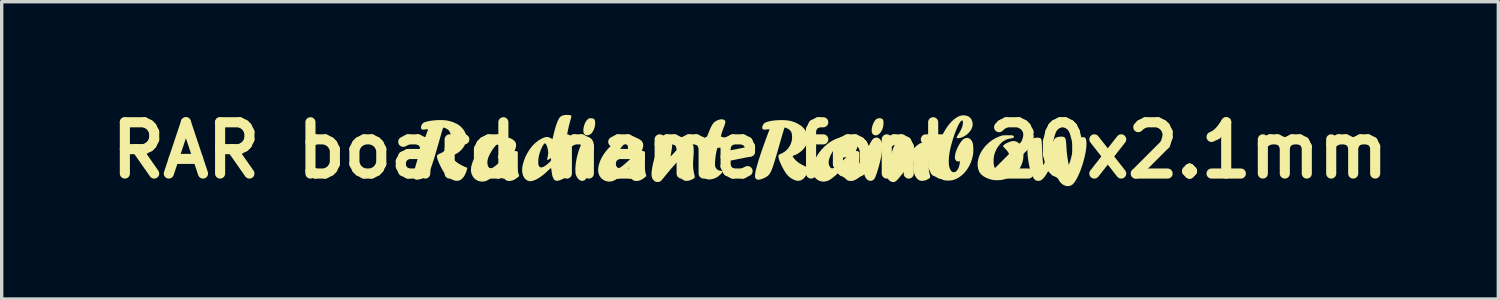
<source format=kicad_pcb>
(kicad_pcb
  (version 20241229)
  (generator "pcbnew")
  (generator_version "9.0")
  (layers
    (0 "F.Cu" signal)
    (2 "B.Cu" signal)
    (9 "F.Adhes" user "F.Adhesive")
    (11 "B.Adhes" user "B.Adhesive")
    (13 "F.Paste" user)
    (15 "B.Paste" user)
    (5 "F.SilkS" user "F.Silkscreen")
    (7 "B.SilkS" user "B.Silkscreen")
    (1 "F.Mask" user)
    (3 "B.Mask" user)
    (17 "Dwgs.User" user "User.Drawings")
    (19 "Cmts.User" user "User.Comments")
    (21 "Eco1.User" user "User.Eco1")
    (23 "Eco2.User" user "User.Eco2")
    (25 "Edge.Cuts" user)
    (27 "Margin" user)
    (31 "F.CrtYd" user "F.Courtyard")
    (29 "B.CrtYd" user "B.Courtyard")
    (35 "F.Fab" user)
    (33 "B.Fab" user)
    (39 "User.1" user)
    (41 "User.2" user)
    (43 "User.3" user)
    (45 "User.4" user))
  (footprint "RAR board name font 20x2.1mm"
    (layer "F.Cu")
    (at 19.239 1.418)
    (property "Reference" "RAR board name font 20x2.1mm" (at 0 0 0) (layer "F.SilkS") (effects (font (size 1.524 1.524) (thickness 0.3))))
    (attr board_only exclude_from_pos_files exclude_from_bom)
    (fp_poly (pts (xy 3.884 -0.953) (xy 3.907 -0.946) (xy 3.928 -0.932) (xy 3.933 -0.928) (xy 3.947 -0.914) (xy 3.957 -0.9) (xy 3.962 -0.882) (xy 3.965 -0.854) (xy 3.966 -0.822) (xy 3.963 -0.743) (xy 3.946 -0.665) (xy 3.918 -0.594) (xy 3.88 -0.533) (xy 3.847 -0.497) (xy 3.8 -0.462) (xy 3.754 -0.446) (xy 3.71 -0.448) (xy 3.674 -0.463) (xy 3.643 -0.489) (xy 3.624 -0.525) (xy 3.616 -0.573) (xy 3.615 -0.595) (xy 3.621 -0.655) (xy 3.635 -0.721) (xy 3.658 -0.786) (xy 3.685 -0.845) (xy 3.716 -0.892) (xy 3.725 -0.902) (xy 3.761 -0.933) (xy 3.8 -0.95) (xy 3.85 -0.955) (xy 3.851 -0.955)) (stroke (width 0) (type solid)) (fill yes) (layer "F.SilkS"))
    (fp_poly (pts (xy -4.712 -0.953) (xy -4.677 -0.95) (xy -4.654 -0.944) (xy -4.639 -0.934) (xy -4.63 -0.924) (xy -4.611 -0.89) (xy -4.602 -0.844) (xy -4.601 -0.788) (xy -4.609 -0.728) (xy -4.624 -0.666) (xy -4.648 -0.605) (xy -4.648 -0.605) (xy -4.678 -0.55) (xy -4.707 -0.51) (xy -4.739 -0.481) (xy -4.768 -0.464) (xy -4.815 -0.448) (xy -4.86 -0.448) (xy -4.892 -0.459) (xy -4.922 -0.48) (xy -4.942 -0.514) (xy -4.952 -0.562) (xy -4.953 -0.598) (xy -4.947 -0.665) (xy -4.932 -0.732) (xy -4.908 -0.797) (xy -4.878 -0.856) (xy -4.843 -0.903) (xy -4.806 -0.937) (xy -4.804 -0.938) (xy -4.782 -0.949) (xy -4.758 -0.954) (xy -4.725 -0.954)) (stroke (width 0) (type solid)) (fill yes) (layer "F.SilkS"))
    (fp_poly (pts (xy -4.784 -0.378) (xy -4.741 -0.36) (xy -4.703 -0.328) (xy -4.673 -0.283) (xy -4.657 -0.244) (xy -4.648 -0.196) (xy -4.643 -0.133) (xy -4.644 -0.059) (xy -4.65 0.025) (xy -4.661 0.114) (xy -4.676 0.207) (xy -4.678 0.218) (xy -4.693 0.289) (xy -4.711 0.365) (xy -4.732 0.445) (xy -4.754 0.525) (xy -4.777 0.602) (xy -4.8 0.674) (xy -4.822 0.737) (xy -4.843 0.789) (xy -4.86 0.826) (xy -4.867 0.837) (xy -4.901 0.876) (xy -4.942 0.901) (xy -4.987 0.909) (xy -5.033 0.9) (xy -5.048 0.894) (xy -5.09 0.864) (xy -5.127 0.822) (xy -5.157 0.77) (xy -5.169 0.743) (xy -5.178 0.72) (xy -5.183 0.695) (xy -5.187 0.663) (xy -5.189 0.62) (xy -5.19 0.599) (xy -5.189 0.512) (xy -5.181 0.419) (xy -5.168 0.323) (xy -5.149 0.225) (xy -5.125 0.127) (xy -5.097 0.032) (xy -5.067 -0.057) (xy -5.033 -0.14) (xy -4.998 -0.214) (xy -4.962 -0.276) (xy -4.925 -0.325) (xy -4.888 -0.359) (xy -4.876 -0.366) (xy -4.83 -0.381)) (stroke (width 0) (type solid)) (fill yes) (layer "F.SilkS"))
    (fp_poly (pts (xy 3.785 -0.378) (xy 3.795 -0.376) (xy 3.828 -0.36) (xy 3.862 -0.33) (xy 3.891 -0.291) (xy 3.904 -0.267) (xy 3.913 -0.244) (xy 3.919 -0.223) (xy 3.923 -0.198) (xy 3.925 -0.165) (xy 3.925 -0.12) (xy 3.925 -0.097) (xy 3.923 -0.035) (xy 3.919 0.033) (xy 3.912 0.095) (xy 3.908 0.125) (xy 3.895 0.198) (xy 3.878 0.277) (xy 3.858 0.36) (xy 3.837 0.445) (xy 3.814 0.528) (xy 3.79 0.607) (xy 3.767 0.679) (xy 3.744 0.743) (xy 3.724 0.794) (xy 3.706 0.831) (xy 3.698 0.843) (xy 3.661 0.881) (xy 3.617 0.903) (xy 3.57 0.907) (xy 3.521 0.894) (xy 3.513 0.89) (xy 3.47 0.857) (xy 3.433 0.81) (xy 3.405 0.749) (xy 3.385 0.679) (xy 3.382 0.657) (xy 3.376 0.579) (xy 3.38 0.489) (xy 3.39 0.389) (xy 3.408 0.284) (xy 3.432 0.176) (xy 3.461 0.069) (xy 3.495 -0.035) (xy 3.532 -0.13) (xy 3.572 -0.215) (xy 3.614 -0.285) (xy 3.636 -0.316) (xy 3.658 -0.341) (xy 3.675 -0.357) (xy 3.676 -0.358) (xy 3.707 -0.371) (xy 3.747 -0.378)) (stroke (width 0) (type solid)) (fill yes) (layer "F.SilkS"))
    (fp_poly (pts (xy -2.386 -0.367) (xy -2.372 -0.359) (xy -2.346 -0.335) (xy -2.328 -0.301) (xy -2.316 -0.257) (xy -2.312 -0.201) (xy -2.315 -0.132) (xy -2.324 -0.048) (xy -2.341 0.052) (xy -2.341 0.053) (xy -2.349 0.099) (xy -2.356 0.138) (xy -2.36 0.166) (xy -2.361 0.181) (xy -2.361 0.182) (xy -2.354 0.177) (xy -2.337 0.159) (xy -2.311 0.132) (xy -2.279 0.098) (xy -2.242 0.058) (xy -2.241 0.056) (xy -2.169 -0.021) (xy -2.106 -0.084) (xy -2.051 -0.134) (xy -2.001 -0.173) (xy -1.956 -0.201) (xy -1.914 -0.219) (xy -1.872 -0.229) (xy -1.835 -0.232) (xy -1.778 -0.226) (xy -1.733 -0.207) (xy -1.702 -0.175) (xy -1.69 -0.154) (xy -1.681 -0.12) (xy -1.675 -0.068) (xy -1.673 0.002) (xy -1.675 0.089) (xy -1.681 0.193) (xy -1.686 0.257) (xy -1.692 0.367) (xy -1.692 0.463) (xy -1.686 0.55) (xy -1.674 0.633) (xy -1.663 0.683) (xy -1.654 0.724) (xy -1.646 0.76) (xy -1.642 0.786) (xy -1.641 0.795) (xy -1.649 0.815) (xy -1.672 0.836) (xy -1.707 0.857) (xy -1.748 0.877) (xy -1.794 0.893) (xy -1.839 0.903) (xy -1.863 0.906) (xy -1.903 0.907) (xy -1.933 0.903) (xy -1.963 0.892) (xy -1.968 0.89) (xy -2.021 0.855) (xy -2.065 0.804) (xy -2.102 0.737) (xy -2.128 0.66) (xy -2.135 0.621) (xy -2.14 0.569) (xy -2.142 0.51) (xy -2.142 0.448) (xy -2.139 0.389) (xy -2.137 0.365) (xy -2.131 0.311) (xy -2.202 0.385) (xy -2.241 0.428) (xy -2.29 0.483) (xy -2.346 0.547) (xy -2.405 0.618) (xy -2.467 0.692) (xy -2.529 0.768) (xy -2.56 0.806) (xy -2.591 0.843) (xy -2.619 0.877) (xy -2.643 0.903) (xy -2.659 0.918) (xy -2.661 0.919) (xy -2.695 0.935) (xy -2.739 0.941) (xy -2.785 0.937) (xy -2.794 0.935) (xy -2.837 0.914) (xy -2.874 0.879) (xy -2.904 0.833) (xy -2.916 0.8) (xy -2.926 0.746) (xy -2.926 0.676) (xy -2.919 0.592) (xy -2.903 0.494) (xy -2.88 0.383) (xy -2.848 0.26) (xy -2.842 0.239) (xy -2.801 0.101) (xy -2.759 -0.019) (xy -2.717 -0.12) (xy -2.675 -0.204) (xy -2.632 -0.271) (xy -2.588 -0.321) (xy -2.543 -0.353) (xy -2.538 -0.356) (xy -2.483 -0.376) (xy -2.432 -0.379)) (stroke (width 0) (type solid)) (fill yes) (layer "F.SilkS"))
    (fp_poly (pts (xy 7.714 -0.449) (xy 7.756 -0.448) (xy 7.785 -0.446) (xy 7.805 -0.442) (xy 7.82 -0.437) (xy 7.826 -0.433) (xy 7.843 -0.419) (xy 7.846 -0.404) (xy 7.844 -0.396) (xy 7.828 -0.378) (xy 7.799 -0.363) (xy 7.762 -0.354) (xy 7.744 -0.353) (xy 7.703 -0.347) (xy 7.654 -0.333) (xy 7.602 -0.313) (xy 7.555 -0.288) (xy 7.541 -0.28) (xy 7.474 -0.229) (xy 7.412 -0.163) (xy 7.357 -0.09) (xy 7.32 -0.025) (xy 7.281 0.063) (xy 7.255 0.147) (xy 7.241 0.234) (xy 7.238 0.311) (xy 7.241 0.397) (xy 7.255 0.469) (xy 7.279 0.529) (xy 7.315 0.578) (xy 7.362 0.618) (xy 7.417 0.645) (xy 7.473 0.655) (xy 7.528 0.647) (xy 7.581 0.625) (xy 7.629 0.587) (xy 7.672 0.534) (xy 7.707 0.469) (xy 7.715 0.447) (xy 7.726 0.412) (xy 7.732 0.374) (xy 7.734 0.327) (xy 7.735 0.301) (xy 7.729 0.216) (xy 7.712 0.141) (xy 7.681 0.072) (xy 7.636 0.006) (xy 7.578 -0.056) (xy 7.552 -0.084) (xy 7.531 -0.107) (xy 7.519 -0.122) (xy 7.518 -0.126) (xy 7.526 -0.14) (xy 7.546 -0.161) (xy 7.574 -0.183) (xy 7.608 -0.205) (xy 7.611 -0.207) (xy 7.647 -0.225) (xy 7.692 -0.243) (xy 7.739 -0.259) (xy 7.782 -0.271) (xy 7.817 -0.277) (xy 7.827 -0.278) (xy 7.891 -0.269) (xy 7.95 -0.243) (xy 8.003 -0.201) (xy 8.049 -0.144) (xy 8.086 -0.073) (xy 8.108 -0.014) (xy 8.12 0.045) (xy 8.125 0.115) (xy 8.124 0.191) (xy 8.116 0.266) (xy 8.102 0.335) (xy 8.098 0.347) (xy 8.059 0.454) (xy 8.008 0.548) (xy 7.945 0.63) (xy 7.869 0.702) (xy 7.778 0.765) (xy 7.672 0.818) (xy 7.565 0.859) (xy 7.509 0.873) (xy 7.442 0.883) (xy 7.369 0.887) (xy 7.296 0.887) (xy 7.231 0.881) (xy 7.203 0.876) (xy 7.104 0.85) (xy 7.016 0.814) (xy 6.939 0.771) (xy 6.877 0.722) (xy 6.83 0.667) (xy 6.813 0.639) (xy 6.781 0.556) (xy 6.765 0.466) (xy 6.764 0.372) (xy 6.779 0.274) (xy 6.808 0.175) (xy 6.852 0.077) (xy 6.909 -0.019) (xy 6.98 -0.111) (xy 7.007 -0.141) (xy 7.103 -0.233) (xy 7.201 -0.308) (xy 7.306 -0.369) (xy 7.418 -0.416) (xy 7.425 -0.419) (xy 7.46 -0.43) (xy 7.488 -0.439) (xy 7.515 -0.444) (xy 7.545 -0.447) (xy 7.581 -0.449) (xy 7.63 -0.449) (xy 7.657 -0.449)) (stroke (width 0) (type solid)) (fill yes) (layer "F.SilkS"))
    (fp_poly (pts (xy 4.583 -0.376) (xy 4.601 -0.371) (xy 4.633 -0.355) (xy 4.658 -0.328) (xy 4.675 -0.29) (xy 4.684 -0.24) (xy 4.686 -0.177) (xy 4.68 -0.1) (xy 4.668 -0.007) (xy 4.653 0.077) (xy 4.645 0.118) (xy 4.64 0.152) (xy 4.637 0.174) (xy 4.638 0.182) (xy 4.645 0.177) (xy 4.662 0.16) (xy 4.686 0.134) (xy 4.716 0.101) (xy 4.728 0.087) (xy 4.796 0.013) (xy 4.86 -0.053) (xy 4.92 -0.11) (xy 4.974 -0.156) (xy 5.021 -0.189) (xy 5.045 -0.204) (xy 5.102 -0.225) (xy 5.158 -0.233) (xy 5.21 -0.229) (xy 5.255 -0.212) (xy 5.29 -0.183) (xy 5.297 -0.174) (xy 5.309 -0.152) (xy 5.318 -0.127) (xy 5.324 -0.095) (xy 5.327 -0.055) (xy 5.327 -0.004) (xy 5.324 0.059) (xy 5.32 0.138) (xy 5.317 0.182) (xy 5.31 0.284) (xy 5.306 0.372) (xy 5.305 0.447) (xy 5.308 0.512) (xy 5.313 0.572) (xy 5.322 0.629) (xy 5.335 0.686) (xy 5.336 0.69) (xy 5.345 0.731) (xy 5.352 0.766) (xy 5.355 0.792) (xy 5.354 0.801) (xy 5.344 0.816) (xy 5.323 0.835) (xy 5.3 0.851) (xy 5.233 0.884) (xy 5.167 0.903) (xy 5.105 0.907) (xy 5.048 0.897) (xy 5.004 0.875) (xy 4.952 0.827) (xy 4.91 0.765) (xy 4.88 0.69) (xy 4.861 0.604) (xy 4.854 0.506) (xy 4.858 0.412) (xy 4.861 0.373) (xy 4.863 0.342) (xy 4.864 0.322) (xy 4.863 0.318) (xy 4.855 0.322) (xy 4.838 0.34) (xy 4.811 0.368) (xy 4.777 0.404) (xy 4.738 0.448) (xy 4.696 0.497) (xy 4.65 0.549) (xy 4.605 0.603) (xy 4.56 0.657) (xy 4.518 0.709) (xy 4.499 0.732) (xy 4.446 0.797) (xy 4.403 0.848) (xy 4.366 0.887) (xy 4.336 0.915) (xy 4.308 0.932) (xy 4.283 0.942) (xy 4.257 0.944) (xy 4.229 0.94) (xy 4.209 0.935) (xy 4.161 0.913) (xy 4.122 0.878) (xy 4.1 0.845) (xy 4.089 0.825) (xy 4.081 0.807) (xy 4.077 0.786) (xy 4.075 0.757) (xy 4.075 0.717) (xy 4.075 0.695) (xy 4.076 0.641) (xy 4.081 0.586) (xy 4.089 0.528) (xy 4.101 0.462) (xy 4.118 0.387) (xy 4.14 0.299) (xy 4.154 0.246) (xy 4.178 0.164) (xy 4.204 0.081) (xy 4.233 -0.001) (xy 4.261 -0.075) (xy 4.288 -0.139) (xy 4.302 -0.167) (xy 4.328 -0.215) (xy 4.36 -0.262) (xy 4.393 -0.303) (xy 4.424 -0.336) (xy 4.443 -0.351) (xy 4.486 -0.369) (xy 4.535 -0.378)) (stroke (width 0) (type solid)) (fill yes) (layer "F.SilkS"))
    (fp_poly (pts (xy -0.783 -0.913) (xy -0.753 -0.894) (xy -0.736 -0.865) (xy -0.732 -0.839) (xy -0.736 -0.819) (xy -0.745 -0.785) (xy -0.758 -0.743) (xy -0.775 -0.696) (xy -0.78 -0.684) (xy -0.812 -0.597) (xy -0.837 -0.527) (xy -0.853 -0.472) (xy -0.862 -0.434) (xy -0.863 -0.412) (xy -0.861 -0.407) (xy -0.845 -0.402) (xy -0.82 -0.396) (xy -0.807 -0.394) (xy -0.759 -0.384) (xy -0.727 -0.371) (xy -0.708 -0.353) (xy -0.7 -0.331) (xy -0.699 -0.285) (xy -0.712 -0.235) (xy -0.736 -0.185) (xy -0.768 -0.142) (xy -0.791 -0.12) (xy -0.82 -0.104) (xy -0.859 -0.089) (xy -0.902 -0.079) (xy -0.94 -0.074) (xy -0.942 -0.074) (xy -0.956 -0.073) (xy -0.966 -0.069) (xy -0.973 -0.057) (xy -0.981 -0.033) (xy -0.991 0.002) (xy -1.004 0.061) (xy -1.016 0.133) (xy -1.027 0.21) (xy -1.035 0.288) (xy -1.04 0.359) (xy -1.041 0.39) (xy -1.041 0.433) (xy -1.038 0.463) (xy -1.031 0.488) (xy -1.02 0.514) (xy -1.019 0.515) (xy -0.988 0.559) (xy -0.944 0.589) (xy -0.888 0.606) (xy -0.862 0.609) (xy -0.828 0.614) (xy -0.811 0.62) (xy -0.806 0.628) (xy -0.813 0.643) (xy -0.832 0.667) (xy -0.858 0.695) (xy -0.89 0.726) (xy -0.924 0.756) (xy -0.957 0.782) (xy -0.985 0.8) (xy -0.987 0.802) (xy -1.071 0.84) (xy -1.153 0.861) (xy -1.23 0.866) (xy -1.263 0.862) (xy -1.333 0.841) (xy -1.393 0.806) (xy -1.442 0.758) (xy -1.48 0.697) (xy -1.504 0.626) (xy -1.516 0.546) (xy -1.513 0.459) (xy -1.511 0.448) (xy -1.506 0.414) (xy -1.496 0.366) (xy -1.484 0.309) (xy -1.47 0.246) (xy -1.454 0.181) (xy -1.45 0.165) (xy -1.436 0.106) (xy -1.423 0.052) (xy -1.412 0.007) (xy -1.404 -0.027) (xy -1.4 -0.047) (xy -1.4 -0.051) (xy -1.408 -0.062) (xy -1.423 -0.065) (xy -1.446 -0.071) (xy -1.469 -0.087) (xy -1.471 -0.089) (xy -1.484 -0.104) (xy -1.491 -0.12) (xy -1.492 -0.142) (xy -1.49 -0.168) (xy -1.476 -0.23) (xy -1.446 -0.286) (xy -1.398 -0.338) (xy -1.395 -0.342) (xy -1.364 -0.365) (xy -1.332 -0.384) (xy -1.314 -0.392) (xy -1.299 -0.397) (xy -1.288 -0.404) (xy -1.278 -0.414) (xy -1.268 -0.432) (xy -1.256 -0.46) (xy -1.24 -0.5) (xy -1.229 -0.529) (xy -1.194 -0.615) (xy -1.162 -0.686) (xy -1.133 -0.743) (xy -1.103 -0.789) (xy -1.073 -0.825) (xy -1.039 -0.853) (xy -1.002 -0.876) (xy -0.988 -0.884) (xy -0.928 -0.908) (xy -0.873 -0.921) (xy -0.824 -0.922)) (stroke (width 0) (type solid)) (fill yes) (layer "F.SilkS"))
    (fp_poly (pts (xy 2.932 -0.385) (xy 3.015 -0.361) (xy 3.083 -0.328) (xy 3.135 -0.287) (xy 3.172 -0.239) (xy 3.191 -0.185) (xy 3.194 -0.125) (xy 3.179 -0.061) (xy 3.16 -0.017) (xy 3.142 0.019) (xy 3.165 0.019) (xy 3.202 0.024) (xy 3.23 0.04) (xy 3.244 0.058) (xy 3.246 0.075) (xy 3.247 0.107) (xy 3.247 0.153) (xy 3.245 0.21) (xy 3.243 0.269) (xy 3.239 0.386) (xy 3.24 0.487) (xy 3.245 0.574) (xy 3.256 0.65) (xy 3.269 0.708) (xy 3.285 0.764) (xy 3.239 0.804) (xy 3.207 0.829) (xy 3.166 0.855) (xy 3.127 0.877) (xy 3.086 0.895) (xy 3.052 0.905) (xy 3.017 0.91) (xy 2.997 0.91) (xy 2.939 0.905) (xy 2.891 0.888) (xy 2.852 0.856) (xy 2.823 0.811) (xy 2.802 0.75) (xy 2.788 0.673) (xy 2.784 0.614) (xy 2.781 0.573) (xy 2.778 0.539) (xy 2.775 0.517) (xy 2.773 0.51) (xy 2.765 0.516) (xy 2.747 0.534) (xy 2.724 0.56) (xy 2.707 0.58) (xy 2.651 0.641) (xy 2.589 0.701) (xy 2.525 0.759) (xy 2.46 0.811) (xy 2.399 0.855) (xy 2.344 0.889) (xy 2.311 0.905) (xy 2.247 0.923) (xy 2.175 0.929) (xy 2.141 0.926) (xy 2.069 0.91) (xy 2.005 0.877) (xy 1.95 0.832) (xy 1.906 0.775) (xy 1.873 0.708) (xy 1.855 0.635) (xy 1.851 0.555) (xy 1.854 0.517) (xy 1.878 0.409) (xy 1.898 0.354) (xy 2.336 0.354) (xy 2.341 0.407) (xy 2.356 0.457) (xy 2.378 0.497) (xy 2.387 0.507) (xy 2.416 0.53) (xy 2.444 0.536) (xy 2.477 0.527) (xy 2.487 0.522) (xy 2.52 0.503) (xy 2.562 0.473) (xy 2.609 0.437) (xy 2.657 0.398) (xy 2.682 0.376) (xy 2.713 0.347) (xy 2.747 0.315) (xy 2.781 0.283) (xy 2.811 0.253) (xy 2.837 0.227) (xy 2.855 0.208) (xy 2.862 0.199) (xy 2.862 0.198) (xy 2.852 0.199) (xy 2.83 0.204) (xy 2.804 0.21) (xy 2.758 0.22) (xy 2.716 0.225) (xy 2.681 0.225) (xy 2.657 0.221) (xy 2.651 0.217) (xy 2.649 0.206) (xy 2.655 0.185) (xy 2.671 0.151) (xy 2.679 0.136) (xy 2.714 0.06) (xy 2.734 -0.007) (xy 2.74 -0.07) (xy 2.732 -0.129) (xy 2.716 -0.174) (xy 2.702 -0.199) (xy 2.687 -0.212) (xy 2.668 -0.211) (xy 2.644 -0.196) (xy 2.612 -0.167) (xy 2.595 -0.149) (xy 2.538 -0.084) (xy 2.485 -0.012) (xy 2.438 0.064) (xy 2.398 0.141) (xy 2.366 0.216) (xy 2.345 0.285) (xy 2.336 0.345) (xy 2.336 0.354) (xy 1.898 0.354) (xy 1.918 0.299) (xy 1.974 0.189) (xy 2.042 0.082) (xy 2.123 -0.02) (xy 2.213 -0.114) (xy 2.313 -0.199) (xy 2.346 -0.224) (xy 2.451 -0.291) (xy 2.556 -0.342) (xy 2.66 -0.376) (xy 2.762 -0.395) (xy 2.861 -0.396)) (stroke (width 0) (type solid)) (fill yes) (layer "F.SilkS"))
    (fp_poly (pts (xy 6.424 -1.033) (xy 6.487 -1.01) (xy 6.539 -0.973) (xy 6.578 -0.923) (xy 6.605 -0.86) (xy 6.616 -0.793) (xy 6.613 -0.725) (xy 6.591 -0.655) (xy 6.553 -0.587) (xy 6.501 -0.523) (xy 6.44 -0.467) (xy 6.372 -0.421) (xy 6.302 -0.387) (xy 6.233 -0.367) (xy 6.208 -0.364) (xy 6.172 -0.362) (xy 6.149 -0.366) (xy 6.14 -0.377) (xy 6.144 -0.396) (xy 6.16 -0.427) (xy 6.185 -0.466) (xy 6.238 -0.552) (xy 6.28 -0.634) (xy 6.309 -0.711) (xy 6.325 -0.781) (xy 6.327 -0.841) (xy 6.326 -0.854) (xy 6.32 -0.878) (xy 6.312 -0.888) (xy 6.3 -0.888) (xy 6.277 -0.876) (xy 6.251 -0.848) (xy 6.222 -0.805) (xy 6.191 -0.749) (xy 6.159 -0.682) (xy 6.126 -0.604) (xy 6.093 -0.519) (xy 6.061 -0.428) (xy 6.029 -0.332) (xy 6 -0.233) (xy 5.973 -0.133) (xy 5.95 -0.034) (xy 5.93 0.064) (xy 5.928 0.079) (xy 5.917 0.153) (xy 5.91 0.23) (xy 5.907 0.307) (xy 5.907 0.378) (xy 5.912 0.44) (xy 5.918 0.474) (xy 5.938 0.542) (xy 5.964 0.594) (xy 5.995 0.629) (xy 6.031 0.648) (xy 6.072 0.649) (xy 6.106 0.638) (xy 6.14 0.612) (xy 6.171 0.571) (xy 6.198 0.518) (xy 6.219 0.455) (xy 6.233 0.386) (xy 6.233 0.379) (xy 6.24 0.326) (xy 6.192 0.328) (xy 6.162 0.327) (xy 6.143 0.322) (xy 6.127 0.309) (xy 6.118 0.298) (xy 6.099 0.269) (xy 6.089 0.237) (xy 6.087 0.198) (xy 6.094 0.146) (xy 6.095 0.138) (xy 6.111 0.068) (xy 6.136 -0.006) (xy 6.167 -0.079) (xy 6.203 -0.15) (xy 6.242 -0.215) (xy 6.283 -0.271) (xy 6.323 -0.316) (xy 6.362 -0.346) (xy 6.371 -0.351) (xy 6.426 -0.369) (xy 6.477 -0.369) (xy 6.523 -0.352) (xy 6.564 -0.318) (xy 6.598 -0.268) (xy 6.61 -0.241) (xy 6.621 -0.203) (xy 6.63 -0.151) (xy 6.635 -0.09) (xy 6.637 -0.024) (xy 6.636 0.04) (xy 6.631 0.1) (xy 6.629 0.119) (xy 6.602 0.244) (xy 6.562 0.362) (xy 6.51 0.473) (xy 6.446 0.575) (xy 6.374 0.665) (xy 6.292 0.743) (xy 6.204 0.808) (xy 6.109 0.857) (xy 6.025 0.885) (xy 5.979 0.893) (xy 5.924 0.898) (xy 5.865 0.898) (xy 5.809 0.894) (xy 5.763 0.887) (xy 5.753 0.884) (xy 5.718 0.87) (xy 5.68 0.851) (xy 5.66 0.839) (xy 5.595 0.788) (xy 5.544 0.723) (xy 5.504 0.646) (xy 5.478 0.559) (xy 5.464 0.46) (xy 5.462 0.352) (xy 5.473 0.236) (xy 5.496 0.111) (xy 5.532 -0.02) (xy 5.58 -0.158) (xy 5.641 -0.302) (xy 5.683 -0.392) (xy 5.749 -0.517) (xy 5.813 -0.626) (xy 5.876 -0.72) (xy 5.939 -0.801) (xy 6.004 -0.87) (xy 6.071 -0.928) (xy 6.098 -0.948) (xy 6.162 -0.99) (xy 6.221 -1.018) (xy 6.279 -1.035) (xy 6.342 -1.04) (xy 6.351 -1.041)) (stroke (width 0) (type solid)) (fill yes) (layer "F.SilkS"))
    (fp_poly (pts (xy -3.454 -0.391) (xy -3.363 -0.366) (xy -3.321 -0.348) (xy -3.259 -0.311) (xy -3.213 -0.269) (xy -3.185 -0.221) (xy -3.173 -0.167) (xy -3.177 -0.104) (xy -3.197 -0.033) (xy -3.211 0.001) (xy -3.212 0.011) (xy -3.201 0.017) (xy -3.178 0.021) (xy -3.151 0.028) (xy -3.132 0.037) (xy -3.128 0.041) (xy -3.125 0.053) (xy -3.122 0.079) (xy -3.121 0.121) (xy -3.121 0.178) (xy -3.121 0.253) (xy -3.122 0.301) (xy -3.123 0.397) (xy -3.123 0.477) (xy -3.121 0.544) (xy -3.117 0.599) (xy -3.111 0.645) (xy -3.103 0.685) (xy -3.092 0.721) (xy -3.091 0.725) (xy -3.078 0.761) (xy -3.115 0.794) (xy -3.184 0.848) (xy -3.253 0.885) (xy -3.322 0.907) (xy -3.388 0.911) (xy -3.43 0.905) (xy -3.475 0.887) (xy -3.511 0.859) (xy -3.539 0.819) (xy -3.561 0.766) (xy -3.576 0.698) (xy -3.585 0.613) (xy -3.586 0.604) (xy -3.592 0.507) (xy -3.685 0.607) (xy -3.726 0.65) (xy -3.77 0.694) (xy -3.813 0.735) (xy -3.849 0.767) (xy -3.852 0.769) (xy -3.925 0.827) (xy -3.99 0.871) (xy -4.05 0.901) (xy -4.106 0.92) (xy -4.162 0.928) (xy -4.22 0.926) (xy -4.23 0.925) (xy -4.301 0.907) (xy -4.366 0.873) (xy -4.423 0.825) (xy -4.468 0.766) (xy -4.484 0.735) (xy -4.506 0.666) (xy -4.514 0.588) (xy -4.507 0.504) (xy -4.488 0.414) (xy -4.469 0.357) (xy -4.025 0.357) (xy -4.022 0.411) (xy -4.012 0.457) (xy -4.005 0.471) (xy -3.983 0.507) (xy -3.958 0.528) (xy -3.929 0.535) (xy -3.893 0.526) (xy -3.849 0.504) (xy -3.815 0.482) (xy -3.791 0.463) (xy -3.759 0.437) (xy -3.721 0.405) (xy -3.679 0.368) (xy -3.637 0.33) (xy -3.597 0.293) (xy -3.561 0.26) (xy -3.532 0.231) (xy -3.513 0.21) (xy -3.505 0.2) (xy -3.509 0.196) (xy -3.519 0.199) (xy -3.537 0.204) (xy -3.566 0.211) (xy -3.601 0.219) (xy -3.647 0.226) (xy -3.684 0.227) (xy -3.708 0.221) (xy -3.717 0.208) (xy -3.717 0.208) (xy -3.713 0.194) (xy -3.703 0.168) (xy -3.687 0.135) (xy -3.681 0.123) (xy -3.662 0.083) (xy -3.646 0.044) (xy -3.635 0.012) (xy -3.633 0.007) (xy -3.627 -0.039) (xy -3.627 -0.086) (xy -3.635 -0.131) (xy -3.647 -0.169) (xy -3.665 -0.197) (xy -3.686 -0.211) (xy -3.689 -0.212) (xy -3.71 -0.206) (xy -3.738 -0.186) (xy -3.77 -0.155) (xy -3.806 -0.113) (xy -3.844 -0.063) (xy -3.881 -0.009) (xy -3.917 0.049) (xy -3.95 0.107) (xy -3.979 0.164) (xy -4 0.217) (xy -4.009 0.244) (xy -4.021 0.299) (xy -4.025 0.357) (xy -4.469 0.357) (xy -4.456 0.321) (xy -4.413 0.227) (xy -4.359 0.133) (xy -4.295 0.042) (xy -4.222 -0.045) (xy -4.166 -0.102) (xy -4.064 -0.191) (xy -3.96 -0.264) (xy -3.856 -0.322) (xy -3.752 -0.364) (xy -3.65 -0.389) (xy -3.551 -0.398)) (stroke (width 0) (type solid)) (fill yes) (layer "F.SilkS"))
    (fp_poly (pts (xy -7.28 -0.394) (xy -7.198 -0.382) (xy -7.123 -0.36) (xy -7.059 -0.327) (xy -7.006 -0.285) (xy -6.969 -0.236) (xy -6.966 -0.23) (xy -6.954 -0.19) (xy -6.951 -0.141) (xy -6.959 -0.088) (xy -6.975 -0.04) (xy -6.988 -0.012) (xy -6.996 0.008) (xy -6.999 0.015) (xy -6.991 0.018) (xy -6.973 0.019) (xy -6.945 0.023) (xy -6.925 0.031) (xy -6.902 0.042) (xy -6.901 0.334) (xy -6.901 0.416) (xy -6.901 0.482) (xy -6.9 0.534) (xy -6.899 0.575) (xy -6.897 0.606) (xy -6.894 0.632) (xy -6.891 0.653) (xy -6.886 0.672) (xy -6.881 0.692) (xy -6.88 0.695) (xy -6.858 0.765) (xy -6.889 0.791) (xy -6.959 0.844) (xy -7.024 0.881) (xy -7.087 0.903) (xy -7.151 0.911) (xy -7.153 0.911) (xy -7.212 0.904) (xy -7.261 0.882) (xy -7.301 0.844) (xy -7.33 0.791) (xy -7.35 0.722) (xy -7.359 0.638) (xy -7.36 0.592) (xy -7.361 0.555) (xy -7.362 0.527) (xy -7.364 0.512) (xy -7.365 0.51) (xy -7.373 0.516) (xy -7.391 0.534) (xy -7.419 0.561) (xy -7.454 0.595) (xy -7.494 0.635) (xy -7.511 0.652) (xy -7.591 0.73) (xy -7.663 0.794) (xy -7.727 0.844) (xy -7.787 0.882) (xy -7.843 0.908) (xy -7.897 0.923) (xy -7.951 0.929) (xy -8.001 0.926) (xy -8.075 0.909) (xy -8.141 0.876) (xy -8.198 0.829) (xy -8.243 0.769) (xy -8.275 0.698) (xy -8.287 0.654) (xy -8.294 0.58) (xy -8.287 0.497) (xy -8.266 0.409) (xy -8.256 0.38) (xy -7.804 0.38) (xy -7.797 0.434) (xy -7.781 0.479) (xy -7.758 0.512) (xy -7.738 0.526) (xy -7.715 0.535) (xy -7.691 0.535) (xy -7.664 0.525) (xy -7.629 0.505) (xy -7.609 0.492) (xy -7.579 0.47) (xy -7.54 0.439) (xy -7.495 0.401) (xy -7.448 0.36) (xy -7.414 0.33) (xy -7.364 0.284) (xy -7.326 0.248) (xy -7.3 0.223) (xy -7.285 0.206) (xy -7.279 0.198) (xy -7.282 0.195) (xy -7.289 0.197) (xy -7.322 0.207) (xy -7.362 0.216) (xy -7.403 0.222) (xy -7.439 0.225) (xy -7.467 0.225) (xy -7.474 0.223) (xy -7.492 0.215) (xy -7.499 0.209) (xy -7.496 0.199) (xy -7.485 0.176) (xy -7.47 0.144) (xy -7.455 0.114) (xy -7.435 0.071) (xy -7.422 0.039) (xy -7.414 0.011) (xy -7.41 -0.019) (xy -7.409 -0.051) (xy -7.408 -0.092) (xy -7.41 -0.121) (xy -7.417 -0.145) (xy -7.427 -0.167) (xy -7.445 -0.196) (xy -7.462 -0.209) (xy -7.482 -0.208) (xy -7.508 -0.192) (xy -7.539 -0.162) (xy -7.597 -0.096) (xy -7.653 -0.021) (xy -7.703 0.059) (xy -7.746 0.139) (xy -7.778 0.215) (xy -7.792 0.26) (xy -7.803 0.321) (xy -7.804 0.38) (xy -8.256 0.38) (xy -8.233 0.317) (xy -8.189 0.223) (xy -8.136 0.13) (xy -8.073 0.04) (xy -8.002 -0.045) (xy -7.924 -0.122) (xy -7.909 -0.135) (xy -7.803 -0.221) (xy -7.699 -0.289) (xy -7.597 -0.34) (xy -7.494 -0.374) (xy -7.391 -0.393) (xy -7.367 -0.395)) (stroke (width 0) (type solid)) (fill yes) (layer "F.SilkS"))
    (fp_poly (pts (xy -5.398 -1.051) (xy -5.361 -1.048) (xy -5.335 -1.044) (xy -5.318 -1.036) (xy -5.31 -1.022) (xy -5.31 -0.999) (xy -5.317 -0.966) (xy -5.33 -0.919) (xy -5.343 -0.875) (xy -5.384 -0.722) (xy -5.419 -0.563) (xy -5.446 -0.403) (xy -5.467 -0.245) (xy -5.48 -0.091) (xy -5.484 0.053) (xy -5.48 0.186) (xy -5.479 0.2) (xy -5.472 0.285) (xy -5.462 0.363) (xy -5.45 0.439) (xy -5.434 0.52) (xy -5.413 0.613) (xy -5.411 0.62) (xy -5.382 0.744) (xy -5.409 0.766) (xy -5.437 0.785) (xy -5.477 0.808) (xy -5.525 0.832) (xy -5.575 0.856) (xy -5.623 0.877) (xy -5.665 0.892) (xy -5.693 0.9) (xy -5.743 0.905) (xy -5.781 0.899) (xy -5.811 0.88) (xy -5.836 0.845) (xy -5.847 0.825) (xy -5.862 0.792) (xy -5.874 0.757) (xy -5.883 0.716) (xy -5.891 0.663) (xy -5.892 0.653) (xy -5.898 0.609) (xy -5.904 0.571) (xy -5.908 0.543) (xy -5.911 0.53) (xy -5.919 0.53) (xy -5.938 0.543) (xy -5.968 0.569) (xy -5.996 0.595) (xy -6.094 0.685) (xy -6.188 0.761) (xy -6.276 0.822) (xy -6.358 0.868) (xy -6.433 0.899) (xy -6.502 0.915) (xy -6.562 0.914) (xy -6.614 0.899) (xy -6.67 0.86) (xy -6.715 0.808) (xy -6.748 0.742) (xy -6.768 0.662) (xy -6.768 0.661) (xy -6.773 0.582) (xy -6.766 0.493) (xy -6.746 0.397) (xy -6.722 0.318) (xy -6.294 0.318) (xy -6.293 0.372) (xy -6.289 0.418) (xy -6.281 0.448) (xy -6.26 0.484) (xy -6.233 0.503) (xy -6.198 0.508) (xy -6.155 0.497) (xy -6.121 0.481) (xy -6.09 0.462) (xy -6.051 0.434) (xy -6.012 0.402) (xy -5.99 0.383) (xy -5.957 0.352) (xy -5.935 0.33) (xy -5.922 0.314) (xy -5.916 0.299) (xy -5.914 0.283) (xy -5.914 0.273) (xy -5.915 0.248) (xy -5.918 0.233) (xy -5.92 0.232) (xy -5.93 0.237) (xy -5.948 0.249) (xy -5.954 0.254) (xy -5.984 0.273) (xy -6.009 0.283) (xy -6.025 0.283) (xy -6.029 0.281) (xy -6.029 0.269) (xy -6.025 0.244) (xy -6.018 0.21) (xy -6.016 0.199) (xy -6.007 0.155) (xy -6 0.109) (xy -5.998 0.07) (xy -5.998 0.069) (xy -6.001 0.023) (xy -6.009 -0.028) (xy -6.021 -0.078) (xy -6.036 -0.125) (xy -6.053 -0.165) (xy -6.07 -0.194) (xy -6.086 -0.207) (xy -6.104 -0.205) (xy -6.125 -0.186) (xy -6.148 -0.154) (xy -6.173 -0.111) (xy -6.198 -0.059) (xy -6.223 0.000208) (xy -6.245 0.064) (xy -6.265 0.13) (xy -6.28 0.197) (xy -6.281 0.202) (xy -6.29 0.259) (xy -6.294 0.318) (xy -6.722 0.318) (xy -6.715 0.296) (xy -6.674 0.193) (xy -6.623 0.092) (xy -6.564 -0.006) (xy -6.562 -0.01) (xy -6.478 -0.121) (xy -6.387 -0.215) (xy -6.288 -0.293) (xy -6.181 -0.354) (xy -6.135 -0.374) (xy -6.08 -0.392) (xy -6.032 -0.398) (xy -5.987 -0.391) (xy -5.938 -0.371) (xy -5.93 -0.367) (xy -5.87 -0.335) (xy -5.835 -0.48) (xy -5.805 -0.6) (xy -5.775 -0.706) (xy -5.744 -0.798) (xy -5.713 -0.876) (xy -5.683 -0.937) (xy -5.653 -0.981) (xy -5.646 -0.989) (xy -5.605 -1.02) (xy -5.55 -1.041) (xy -5.484 -1.052) (xy -5.409 -1.052)) (stroke (width 0) (type solid)) (fill yes) (layer "F.SilkS"))
    (fp_poly (pts (xy 9.286 -0.406) (xy 9.319 -0.4) (xy 9.344 -0.387) (xy 9.364 -0.366) (xy 9.377 -0.335) (xy 9.387 -0.291) (xy 9.394 -0.232) (xy 9.399 -0.158) (xy 9.4 -0.147) (xy 9.404 -0.08) (xy 9.407 -0.027) (xy 9.41 0.017) (xy 9.414 0.059) (xy 9.419 0.103) (xy 9.426 0.154) (xy 9.433 0.209) (xy 9.44 0.256) (xy 9.449 0.309) (xy 9.459 0.368) (xy 9.47 0.427) (xy 9.481 0.486) (xy 9.492 0.54) (xy 9.502 0.587) (xy 9.51 0.624) (xy 9.517 0.649) (xy 9.521 0.658) (xy 9.521 0.658) (xy 9.528 0.649) (xy 9.538 0.622) (xy 9.551 0.578) (xy 9.565 0.524) (xy 9.575 0.482) (xy 9.582 0.432) (xy 9.589 0.372) (xy 9.594 0.3) (xy 9.599 0.214) (xy 9.603 0.112) (xy 9.604 0.097) (xy 9.606 0.03) (xy 9.609 -0.032) (xy 9.613 -0.087) (xy 9.616 -0.132) (xy 9.619 -0.164) (xy 9.622 -0.178) (xy 9.648 -0.235) (xy 9.689 -0.287) (xy 9.741 -0.332) (xy 9.801 -0.367) (xy 9.851 -0.385) (xy 9.9 -0.393) (xy 9.937 -0.388) (xy 9.963 -0.369) (xy 9.982 -0.335) (xy 9.993 -0.285) (xy 9.994 -0.279) (xy 9.999 -0.205) (xy 9.996 -0.119) (xy 9.986 -0.024) (xy 9.969 0.079) (xy 9.946 0.186) (xy 9.918 0.297) (xy 9.886 0.407) (xy 9.85 0.516) (xy 9.811 0.621) (xy 9.77 0.719) (xy 9.727 0.809) (xy 9.683 0.888) (xy 9.639 0.953) (xy 9.596 1.003) (xy 9.584 1.014) (xy 9.533 1.046) (xy 9.475 1.062) (xy 9.413 1.062) (xy 9.377 1.053) (xy 9.323 1.032) (xy 9.279 1.004) (xy 9.248 0.977) (xy 9.197 0.917) (xy 9.15 0.84) (xy 9.108 0.75) (xy 9.073 0.648) (xy 9.045 0.537) (xy 9.029 0.45) (xy 9.023 0.411) (xy 9.018 0.378) (xy 9.014 0.355) (xy 9.013 0.352) (xy 9.01 0.347) (xy 9.004 0.351) (xy 8.994 0.365) (xy 8.979 0.391) (xy 8.958 0.432) (xy 8.93 0.487) (xy 8.874 0.594) (xy 8.823 0.684) (xy 8.776 0.757) (xy 8.732 0.815) (xy 8.69 0.858) (xy 8.651 0.887) (xy 8.634 0.896) (xy 8.586 0.907) (xy 8.535 0.905) (xy 8.494 0.893) (xy 8.459 0.867) (xy 8.426 0.824) (xy 8.393 0.764) (xy 8.362 0.689) (xy 8.333 0.599) (xy 8.306 0.495) (xy 8.282 0.379) (xy 8.274 0.33) (xy 8.255 0.201) (xy 8.246 0.083) (xy 8.245 -0.022) (xy 8.253 -0.114) (xy 8.269 -0.192) (xy 8.294 -0.255) (xy 8.328 -0.303) (xy 8.347 -0.32) (xy 8.394 -0.347) (xy 8.452 -0.366) (xy 8.513 -0.377) (xy 8.571 -0.377) (xy 8.601 -0.371) (xy 8.62 -0.365) (xy 8.636 -0.356) (xy 8.647 -0.343) (xy 8.657 -0.323) (xy 8.663 -0.294) (xy 8.668 -0.254) (xy 8.672 -0.201) (xy 8.676 -0.134) (xy 8.678 -0.079) (xy 8.682 0.017) (xy 8.686 0.107) (xy 8.691 0.191) (xy 8.697 0.265) (xy 8.702 0.327) (xy 8.708 0.375) (xy 8.713 0.407) (xy 8.713 0.408) (xy 8.72 0.44) (xy 8.75 0.375) (xy 8.771 0.33) (xy 8.792 0.282) (xy 8.814 0.227) (xy 8.84 0.164) (xy 8.869 0.09) (xy 8.904 0.002) (xy 8.924 -0.051) (xy 8.954 -0.127) (xy 8.978 -0.188) (xy 8.998 -0.236) (xy 9.014 -0.273) (xy 9.027 -0.301) (xy 9.039 -0.322) (xy 9.051 -0.339) (xy 9.062 -0.352) (xy 9.064 -0.355) (xy 9.098 -0.379) (xy 9.147 -0.397) (xy 9.206 -0.406) (xy 9.244 -0.408)) (stroke (width 0) (type solid)) (fill yes) (layer "F.SilkS"))
    (fp_poly (pts (xy -9.098 -0.897) (xy -9.024 -0.889) (xy -9 -0.886) (xy -8.903 -0.863) (xy -8.807 -0.831) (xy -8.719 -0.79) (xy -8.654 -0.752) (xy -8.605 -0.713) (xy -8.557 -0.663) (xy -8.513 -0.609) (xy -8.479 -0.556) (xy -8.475 -0.548) (xy -8.458 -0.512) (xy -8.447 -0.482) (xy -8.441 -0.45) (xy -8.438 -0.41) (xy -8.437 -0.395) (xy -8.438 -0.316) (xy -8.448 -0.248) (xy -8.468 -0.184) (xy -8.487 -0.141) (xy -8.537 -0.062) (xy -8.602 0.01) (xy -8.678 0.071) (xy -8.763 0.118) (xy -8.804 0.135) (xy -8.838 0.147) (xy -8.864 0.157) (xy -8.878 0.163) (xy -8.88 0.163) (xy -8.878 0.173) (xy -8.867 0.193) (xy -8.85 0.219) (xy -8.828 0.248) (xy -8.805 0.276) (xy -8.791 0.291) (xy -8.734 0.341) (xy -8.662 0.392) (xy -8.579 0.44) (xy -8.489 0.484) (xy -8.462 0.495) (xy -8.401 0.521) (xy -8.419 0.592) (xy -8.444 0.668) (xy -8.478 0.738) (xy -8.517 0.798) (xy -8.562 0.847) (xy -8.609 0.882) (xy -8.636 0.893) (xy -8.69 0.906) (xy -8.742 0.905) (xy -8.8 0.89) (xy -8.815 0.885) (xy -8.865 0.862) (xy -8.918 0.831) (xy -8.969 0.797) (xy -9.011 0.763) (xy -9.03 0.744) (xy -9.064 0.7) (xy -9.1 0.647) (xy -9.137 0.587) (xy -9.173 0.522) (xy -9.206 0.455) (xy -9.237 0.389) (xy -9.263 0.326) (xy -9.284 0.269) (xy -9.298 0.22) (xy -9.304 0.181) (xy -9.302 0.159) (xy -9.296 0.147) (xy -9.287 0.137) (xy -9.272 0.126) (xy -9.247 0.112) (xy -9.21 0.094) (xy -9.17 0.075) (xy -9.139 0.058) (xy -9.103 0.032) (xy -9.068 0.004) (xy -9.062 -0.002) (xy -9.029 -0.034) (xy -9.004 -0.065) (xy -8.98 -0.102) (xy -8.956 -0.148) (xy -8.92 -0.233) (xy -8.898 -0.316) (xy -8.89 -0.396) (xy -8.896 -0.469) (xy -8.916 -0.535) (xy -8.949 -0.59) (xy -8.955 -0.596) (xy -8.977 -0.616) (xy -9.008 -0.636) (xy -9.042 -0.654) (xy -9.075 -0.668) (xy -9.101 -0.675) (xy -9.11 -0.675) (xy -9.117 -0.669) (xy -9.126 -0.652) (xy -9.137 -0.623) (xy -9.151 -0.579) (xy -9.168 -0.52) (xy -9.175 -0.496) (xy -9.224 -0.322) (xy -9.269 -0.165) (xy -9.31 -0.024) (xy -9.347 0.102) (xy -9.38 0.213) (xy -9.41 0.311) (xy -9.438 0.396) (xy -9.463 0.469) (xy -9.485 0.532) (xy -9.506 0.585) (xy -9.525 0.63) (xy -9.542 0.666) (xy -9.558 0.694) (xy -9.567 0.707) (xy -9.594 0.737) (xy -9.635 0.77) (xy -9.685 0.802) (xy -9.741 0.831) (xy -9.768 0.843) (xy -9.835 0.865) (xy -9.891 0.874) (xy -9.936 0.868) (xy -9.969 0.849) (xy -9.99 0.815) (xy -9.997 0.789) (xy -9.998 0.749) (xy -9.992 0.694) (xy -9.979 0.623) (xy -9.959 0.538) (xy -9.932 0.439) (xy -9.899 0.327) (xy -9.861 0.203) (xy -9.816 0.067) (xy -9.765 -0.078) (xy -9.71 -0.234) (xy -9.658 -0.374) (xy -9.634 -0.438) (xy -9.613 -0.496) (xy -9.595 -0.546) (xy -9.581 -0.585) (xy -9.572 -0.613) (xy -9.569 -0.626) (xy -9.569 -0.626) (xy -9.579 -0.627) (xy -9.603 -0.626) (xy -9.637 -0.622) (xy -9.649 -0.621) (xy -9.7 -0.616) (xy -9.736 -0.618) (xy -9.759 -0.627) (xy -9.772 -0.645) (xy -9.778 -0.672) (xy -9.778 -0.675) (xy -9.773 -0.719) (xy -9.755 -0.763) (xy -9.726 -0.801) (xy -9.698 -0.823) (xy -9.653 -0.842) (xy -9.593 -0.859) (xy -9.521 -0.874) (xy -9.44 -0.885) (xy -9.354 -0.894) (xy -9.266 -0.899) (xy -9.18 -0.9)) (stroke (width 0) (type solid)) (fill yes) (layer "F.SilkS"))
    (fp_poly (pts (xy 1.055 -0.895) (xy 1.138 -0.886) (xy 1.211 -0.872) (xy 1.226 -0.869) (xy 1.332 -0.834) (xy 1.428 -0.787) (xy 1.514 -0.732) (xy 1.586 -0.668) (xy 1.644 -0.596) (xy 1.685 -0.519) (xy 1.688 -0.512) (xy 1.699 -0.48) (xy 1.705 -0.448) (xy 1.708 -0.409) (xy 1.709 -0.366) (xy 1.704 -0.284) (xy 1.688 -0.212) (xy 1.659 -0.142) (xy 1.635 -0.1) (xy 1.591 -0.042) (xy 1.534 0.016) (xy 1.467 0.068) (xy 1.397 0.112) (xy 1.326 0.144) (xy 1.312 0.148) (xy 1.287 0.157) (xy 1.27 0.164) (xy 1.268 0.166) (xy 1.268 0.177) (xy 1.279 0.198) (xy 1.298 0.226) (xy 1.322 0.256) (xy 1.35 0.287) (xy 1.373 0.31) (xy 1.408 0.339) (xy 1.447 0.369) (xy 1.474 0.387) (xy 1.509 0.408) (xy 1.553 0.432) (xy 1.602 0.457) (xy 1.649 0.48) (xy 1.69 0.499) (xy 1.715 0.508) (xy 1.735 0.519) (xy 1.74 0.532) (xy 1.739 0.535) (xy 1.735 0.552) (xy 1.727 0.581) (xy 1.719 0.612) (xy 1.695 0.684) (xy 1.659 0.755) (xy 1.616 0.815) (xy 1.616 0.815) (xy 1.565 0.862) (xy 1.508 0.892) (xy 1.446 0.906) (xy 1.382 0.901) (xy 1.346 0.891) (xy 1.275 0.86) (xy 1.212 0.824) (xy 1.155 0.78) (xy 1.103 0.726) (xy 1.053 0.66) (xy 1.004 0.58) (xy 0.953 0.485) (xy 0.941 0.459) (xy 0.903 0.377) (xy 0.875 0.31) (xy 0.856 0.254) (xy 0.847 0.209) (xy 0.845 0.175) (xy 0.847 0.158) (xy 0.85 0.145) (xy 0.857 0.135) (xy 0.871 0.124) (xy 0.895 0.112) (xy 0.932 0.095) (xy 0.958 0.083) (xy 1.027 0.042) (xy 1.092 -0.013) (xy 1.148 -0.078) (xy 1.185 -0.137) (xy 1.218 -0.21) (xy 1.239 -0.277) (xy 1.249 -0.345) (xy 1.25 -0.417) (xy 1.244 -0.478) (xy 1.233 -0.526) (xy 1.214 -0.565) (xy 1.185 -0.599) (xy 1.167 -0.616) (xy 1.143 -0.633) (xy 1.112 -0.649) (xy 1.08 -0.664) (xy 1.052 -0.674) (xy 1.031 -0.677) (xy 1.024 -0.675) (xy 1.021 -0.665) (xy 1.013 -0.64) (xy 1.001 -0.601) (xy 0.986 -0.55) (xy 0.968 -0.49) (xy 0.948 -0.422) (xy 0.932 -0.365) (xy 0.889 -0.217) (xy 0.851 -0.085) (xy 0.818 0.032) (xy 0.788 0.134) (xy 0.761 0.224) (xy 0.738 0.301) (xy 0.717 0.367) (xy 0.699 0.425) (xy 0.683 0.473) (xy 0.669 0.515) (xy 0.655 0.55) (xy 0.643 0.581) (xy 0.631 0.609) (xy 0.619 0.634) (xy 0.61 0.651) (xy 0.582 0.699) (xy 0.549 0.739) (xy 0.51 0.772) (xy 0.459 0.803) (xy 0.413 0.826) (xy 0.342 0.855) (xy 0.283 0.871) (xy 0.235 0.873) (xy 0.197 0.861) (xy 0.169 0.839) (xy 0.157 0.818) (xy 0.15 0.788) (xy 0.148 0.748) (xy 0.153 0.698) (xy 0.163 0.636) (xy 0.18 0.561) (xy 0.204 0.471) (xy 0.234 0.365) (xy 0.238 0.352) (xy 0.258 0.284) (xy 0.285 0.202) (xy 0.316 0.109) (xy 0.35 0.008) (xy 0.387 -0.097) (xy 0.424 -0.203) (xy 0.462 -0.307) (xy 0.499 -0.406) (xy 0.513 -0.445) (xy 0.534 -0.499) (xy 0.551 -0.547) (xy 0.566 -0.586) (xy 0.575 -0.613) (xy 0.58 -0.627) (xy 0.58 -0.628) (xy 0.57 -0.628) (xy 0.547 -0.626) (xy 0.514 -0.622) (xy 0.504 -0.621) (xy 0.449 -0.616) (xy 0.409 -0.618) (xy 0.383 -0.627) (xy 0.368 -0.645) (xy 0.362 -0.673) (xy 0.362 -0.683) (xy 0.369 -0.719) (xy 0.387 -0.758) (xy 0.412 -0.793) (xy 0.435 -0.813) (xy 0.48 -0.836) (xy 0.541 -0.856) (xy 0.614 -0.872) (xy 0.696 -0.885) (xy 0.784 -0.894) (xy 0.875 -0.898) (xy 0.967 -0.899)) (stroke (width 0) (type solid)) (fill yes) (layer "F.SilkS")))
  (gr_rect
    (start -3 -3)
    (end 41.477 5.836)
    (stroke (width 0.1) (type default))
    (fill no)
    (layer "Edge.Cuts")))
</source>
